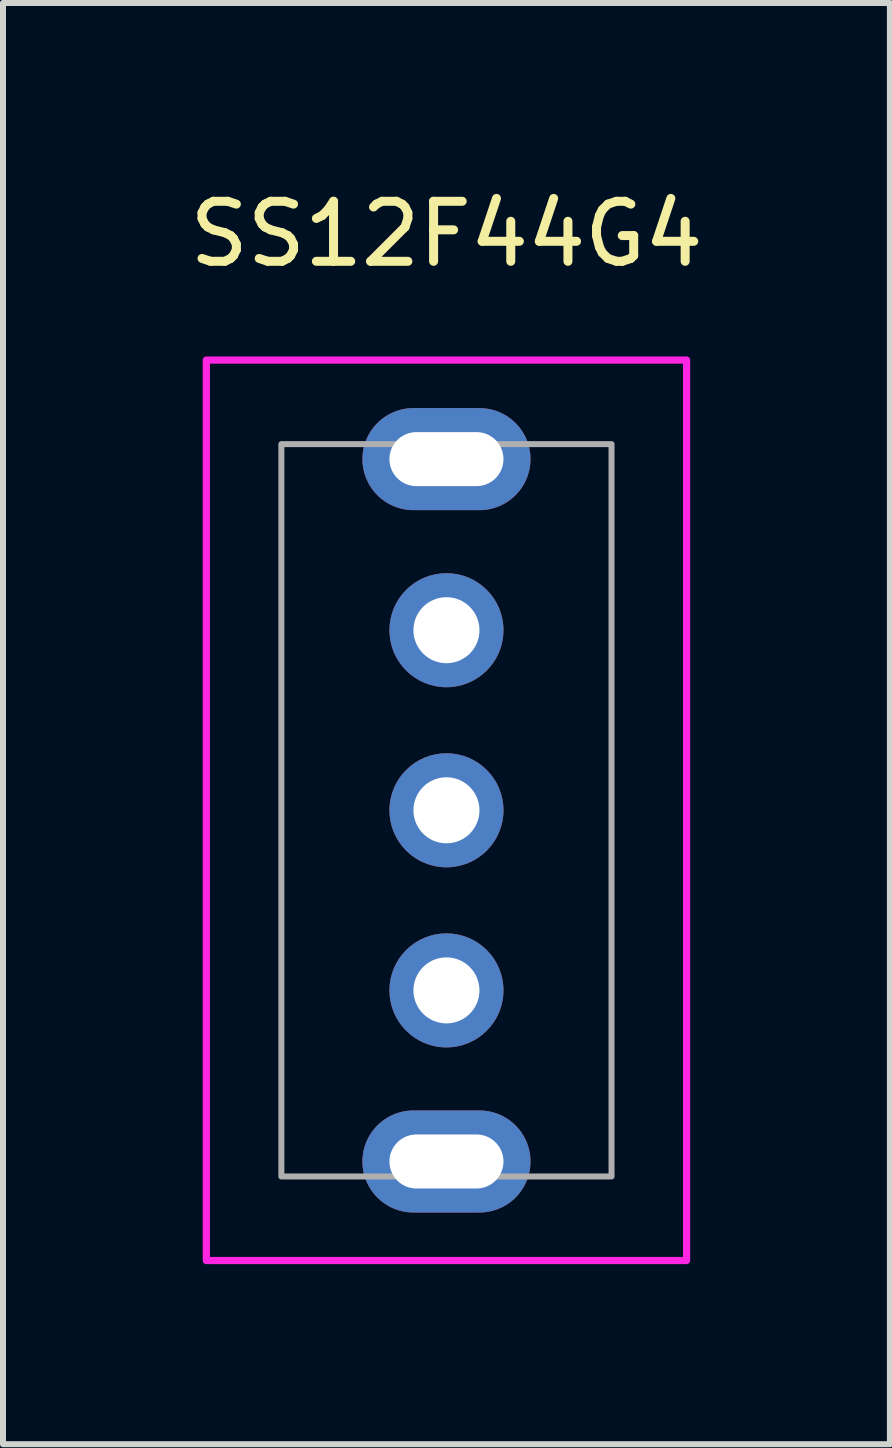
<source format=kicad_pcb>
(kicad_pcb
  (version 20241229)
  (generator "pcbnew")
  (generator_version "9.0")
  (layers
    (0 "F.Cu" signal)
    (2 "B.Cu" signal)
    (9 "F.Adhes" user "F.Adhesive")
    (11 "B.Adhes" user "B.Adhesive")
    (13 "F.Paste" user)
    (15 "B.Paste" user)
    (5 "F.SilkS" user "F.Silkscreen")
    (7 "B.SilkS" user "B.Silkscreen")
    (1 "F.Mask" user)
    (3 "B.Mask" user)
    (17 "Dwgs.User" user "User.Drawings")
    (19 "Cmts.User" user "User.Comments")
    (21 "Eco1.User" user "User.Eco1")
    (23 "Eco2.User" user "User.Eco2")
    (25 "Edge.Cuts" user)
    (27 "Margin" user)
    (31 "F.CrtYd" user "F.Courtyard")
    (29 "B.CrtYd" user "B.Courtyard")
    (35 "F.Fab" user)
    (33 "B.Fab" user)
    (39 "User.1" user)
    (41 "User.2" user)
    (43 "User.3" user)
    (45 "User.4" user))
  (footprint "SS12F44G4"
    (layer "F.Cu")
    (at 4.387 10.448)
    (property "Reference" "SS12F44G4" (at 0 -9.6 0) (unlocked yes) (layer "F.SilkS") (effects (font (size 1 1) (thickness 0.15))))
    (attr through_hole)
    (fp_rect (start -4 -7.5) (end 4 7.5) (stroke (width 0.12) (type default)) (fill no) (layer "F.CrtYd"))
    (fp_rect (start -2.75 -6.1) (end 2.75 6.1) (stroke (width 0.1) (type default)) (fill no) (layer "F.Fab"))
    (pad "1" thru_hole circle (at 0 3) (size 1.9 1.9) (drill 1.1) (layers "*.Cu" "*.Mask"))
    (pad "2" thru_hole circle (at 0 0) (size 1.9 1.9) (drill 1.1) (layers "*.Cu" "*.Mask"))
    (pad "3" thru_hole circle (at 0 -3) (size 1.9 1.9) (drill 1.1) (layers "*.Cu" "*.Mask"))
    (pad "X" thru_hole oval (at 0 -5.85) (size 2.8 1.7) (drill oval 1.9 0.9) (layers "*.Cu" "*.Mask"))
    (pad "X" thru_hole oval (at 0 5.85) (size 2.8 1.7) (drill oval 1.9 0.9) (layers "*.Cu" "*.Mask")))
  (gr_rect
    (start -3 -3)
    (end 11.774 21.008)
    (stroke (width 0.1) (type default))
    (fill no)
    (layer "Edge.Cuts")))
</source>
